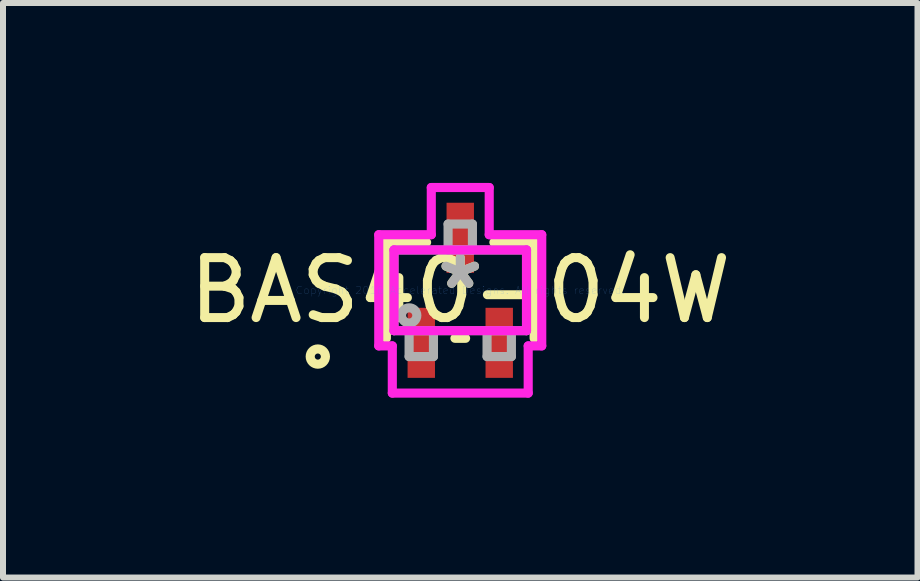
<source format=kicad_pcb>
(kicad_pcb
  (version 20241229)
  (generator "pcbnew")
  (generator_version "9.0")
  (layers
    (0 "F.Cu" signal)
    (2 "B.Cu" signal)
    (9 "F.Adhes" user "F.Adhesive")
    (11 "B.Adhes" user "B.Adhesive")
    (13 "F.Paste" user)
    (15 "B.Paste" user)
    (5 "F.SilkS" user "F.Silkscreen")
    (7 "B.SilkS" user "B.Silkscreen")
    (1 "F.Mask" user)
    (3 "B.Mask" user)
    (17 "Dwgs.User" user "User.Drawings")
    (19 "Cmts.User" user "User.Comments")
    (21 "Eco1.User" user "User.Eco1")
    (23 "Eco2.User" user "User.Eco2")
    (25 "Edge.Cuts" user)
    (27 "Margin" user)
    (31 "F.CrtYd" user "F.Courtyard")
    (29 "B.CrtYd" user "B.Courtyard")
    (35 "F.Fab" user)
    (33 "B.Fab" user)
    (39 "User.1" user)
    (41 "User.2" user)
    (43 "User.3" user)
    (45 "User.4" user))
  (footprint "BAS40-04W"
    (layer "F.Cu")
    (at 4.625 1.791)
    (property "Reference" "BAS40-04W" (at 0 0 0) (layer "F.SilkS") (effects (font (size 1 1) (thickness 0.15))))
    (attr through_hole)
    (fp_line (start -1.232 -0.8) (end -1.232 0.8) (stroke (width 0.152) (type solid)) (layer "F.SilkS"))
    (fp_line (start -0.561 -0.8) (end -1.232 -0.8) (stroke (width 0.152) (type solid)) (layer "F.SilkS"))
    (fp_line (start -0.089 0.8) (end 0.089 0.8) (stroke (width 0.152) (type solid)) (layer "F.SilkS"))
    (fp_line (start 1.232 -0.8) (end 0.561 -0.8) (stroke (width 0.152) (type solid)) (layer "F.SilkS"))
    (fp_line (start 1.232 0.8) (end 1.232 -0.8) (stroke (width 0.152) (type solid)) (layer "F.SilkS"))
    (fp_circle (center -2.375 1.105) (end -2.248 1.105) (stroke (width 0.152) (type solid)) (fill no) (layer "F.SilkS"))
    (fp_line (start -1.359 -0.927) (end -0.483 -0.927) (stroke (width 0.152) (type solid)) (layer "F.CrtYd"))
    (fp_line (start -1.359 0.927) (end -1.359 -0.927) (stroke (width 0.152) (type solid)) (layer "F.CrtYd"))
    (fp_line (start -1.133 0.927) (end -1.359 0.927) (stroke (width 0.152) (type solid)) (layer "F.CrtYd"))
    (fp_line (start -1.133 1.714) (end -1.133 0.927) (stroke (width 0.152) (type solid)) (layer "F.CrtYd"))
    (fp_line (start -1.105 -0.673) (end 1.105 -0.673) (stroke (width 0.152) (type solid)) (layer "F.CrtYd"))
    (fp_line (start -1.105 0.673) (end -1.105 -0.673) (stroke (width 0.152) (type solid)) (layer "F.CrtYd"))
    (fp_line (start -0.483 -1.714) (end 0.483 -1.714) (stroke (width 0.152) (type solid)) (layer "F.CrtYd"))
    (fp_line (start -0.483 -0.927) (end -0.483 -1.714) (stroke (width 0.152) (type solid)) (layer "F.CrtYd"))
    (fp_line (start 0.483 -1.714) (end 0.483 -0.927) (stroke (width 0.152) (type solid)) (layer "F.CrtYd"))
    (fp_line (start 0.483 -0.927) (end 1.359 -0.927) (stroke (width 0.152) (type solid)) (layer "F.CrtYd"))
    (fp_line (start 1.105 -0.673) (end 1.105 0.673) (stroke (width 0.152) (type solid)) (layer "F.CrtYd"))
    (fp_line (start 1.105 0.673) (end -1.105 0.673) (stroke (width 0.152) (type solid)) (layer "F.CrtYd"))
    (fp_line (start 1.133 0.927) (end 1.133 1.714) (stroke (width 0.152) (type solid)) (layer "F.CrtYd"))
    (fp_line (start 1.133 1.714) (end -1.133 1.714) (stroke (width 0.152) (type solid)) (layer "F.CrtYd"))
    (fp_line (start 1.359 -0.927) (end 1.359 0.927) (stroke (width 0.152) (type solid)) (layer "F.CrtYd"))
    (fp_line (start 1.359 0.927) (end 1.133 0.927) (stroke (width 0.152) (type solid)) (layer "F.CrtYd"))
    (fp_line (start -1.105 -0.673) (end -1.105 0.673) (stroke (width 0.152) (type solid)) (layer "F.Fab"))
    (fp_line (start -1.105 0.673) (end 1.105 0.673) (stroke (width 0.152) (type solid)) (layer "F.Fab"))
    (fp_line (start -0.853 0.673) (end -0.853 1.105) (stroke (width 0.152) (type solid)) (layer "F.Fab"))
    (fp_line (start -0.853 1.105) (end -0.447 1.105) (stroke (width 0.152) (type solid)) (layer "F.Fab"))
    (fp_line (start -0.447 0.673) (end -0.853 0.673) (stroke (width 0.152) (type solid)) (layer "F.Fab"))
    (fp_line (start -0.447 1.105) (end -0.447 0.673) (stroke (width 0.152) (type solid)) (layer "F.Fab"))
    (fp_line (start -0.203 -1.105) (end -0.203 -0.673) (stroke (width 0.152) (type solid)) (layer "F.Fab"))
    (fp_line (start -0.203 -0.673) (end 0.203 -0.673) (stroke (width 0.152) (type solid)) (layer "F.Fab"))
    (fp_line (start 0.203 -1.105) (end -0.203 -1.105) (stroke (width 0.152) (type solid)) (layer "F.Fab"))
    (fp_line (start 0.203 -0.673) (end 0.203 -1.105) (stroke (width 0.152) (type solid)) (layer "F.Fab"))
    (fp_line (start 0.447 0.673) (end 0.447 1.105) (stroke (width 0.152) (type solid)) (layer "F.Fab"))
    (fp_line (start 0.447 1.105) (end 0.853 1.105) (stroke (width 0.152) (type solid)) (layer "F.Fab"))
    (fp_line (start 0.853 0.673) (end 0.447 0.673) (stroke (width 0.152) (type solid)) (layer "F.Fab"))
    (fp_line (start 0.853 1.105) (end 0.853 0.673) (stroke (width 0.152) (type solid)) (layer "F.Fab"))
    (fp_line (start 1.105 -0.673) (end -1.105 -0.673) (stroke (width 0.152) (type solid)) (layer "F.Fab"))
    (fp_line (start 1.105 0.673) (end 1.105 -0.673) (stroke (width 0.152) (type solid)) (layer "F.Fab"))
    (fp_circle (center -0.851 0.419) (end -0.724 0.419) (stroke (width 0.152) (type solid)) (fill no) (layer "F.Fab"))
    (fp_text user "*" (at 0 0 0) (layer "F.SilkS") (effects (font (size 1 1) (thickness 0.15))))
    (fp_text user "Copyright 2016 Accelerated Designs. All rights reserved." (at 0 0 0) (layer "Cmts.User") (effects (font (size 0.127 0.127) (thickness 0.002))))
    (fp_text user "*" (at 0 0 0) (layer "F.Fab") (effects (font (size 1 1) (thickness 0.15))))
    (pad "1" smd rect (at -0.65 0.876) (size 0.457 1.168) (layers "F.Cu" "F.Mask" "F.Paste"))
    (pad "2" smd rect (at 0.65 0.876) (size 0.457 1.168) (layers "F.Cu" "F.Mask" "F.Paste"))
    (pad "3" smd rect (at 0 -0.876) (size 0.457 1.168) (layers "F.Cu" "F.Mask" "F.Paste")))
  (gr_rect
    (start -3 -3)
    (end 12.25 6.581)
    (stroke (width 0.1) (type default))
    (fill no)
    (layer "Edge.Cuts")))
</source>
